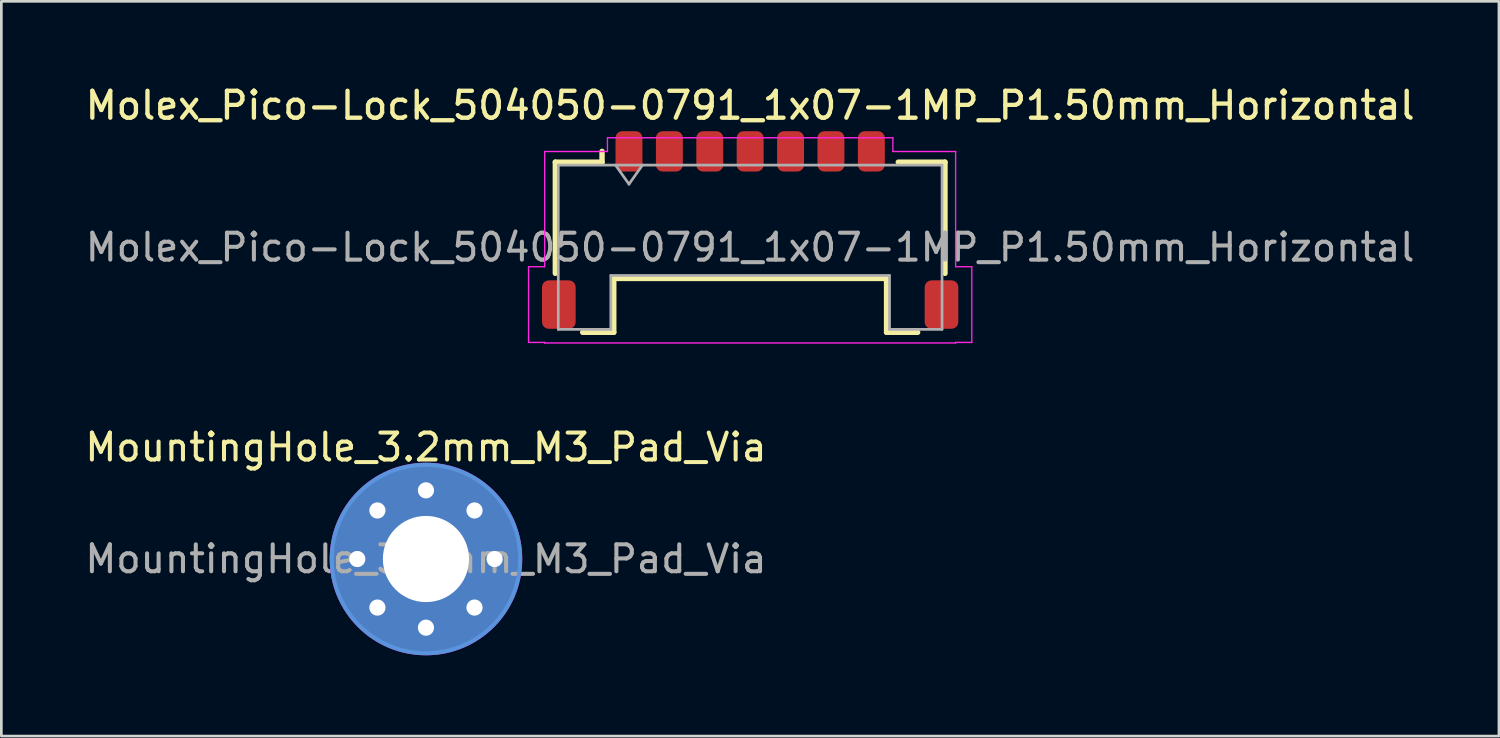
<source format=kicad_pcb>
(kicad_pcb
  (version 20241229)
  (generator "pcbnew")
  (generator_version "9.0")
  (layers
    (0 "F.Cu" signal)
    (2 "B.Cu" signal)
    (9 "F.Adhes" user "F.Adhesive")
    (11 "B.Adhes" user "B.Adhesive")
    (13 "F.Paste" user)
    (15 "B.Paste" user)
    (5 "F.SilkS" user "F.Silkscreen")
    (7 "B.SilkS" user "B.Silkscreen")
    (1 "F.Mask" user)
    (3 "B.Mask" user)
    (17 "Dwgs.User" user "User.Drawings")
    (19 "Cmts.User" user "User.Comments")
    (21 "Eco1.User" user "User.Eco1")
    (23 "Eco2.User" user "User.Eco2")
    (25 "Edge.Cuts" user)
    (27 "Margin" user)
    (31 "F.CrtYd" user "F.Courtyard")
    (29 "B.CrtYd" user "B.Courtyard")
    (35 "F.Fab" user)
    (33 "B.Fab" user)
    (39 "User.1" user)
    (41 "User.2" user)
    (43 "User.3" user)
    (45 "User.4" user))
  (footprint "Molex_Pico-Lock_504050-0791_1x07-1MP_P1.50mm_Horizontal"
    (layer "F.Cu")
    (at 24.807 5.866)
    (property "Reference" "Molex_Pico-Lock_504050-0791_1x07-1MP_P1.50mm_Horizontal" (at 0 -5 0) (layer "F.SilkS") (effects (font (size 1 1) (thickness 0.16))))
    (attr smd)
    (fp_line (start -7.235 -2.895) (end -5.5 -2.895) (stroke (width 0.2) (type solid)) (layer "F.SilkS"))
    (fp_line (start -7.235 1.235) (end -7.235 -2.895) (stroke (width 0.2) (type solid)) (layer "F.SilkS"))
    (fp_line (start -6.22 3.425) (end -5.065 3.425) (stroke (width 0.2) (type solid)) (layer "F.SilkS"))
    (fp_line (start -5.5 -2.895) (end -5.5 -3.295) (stroke (width 0.2) (type solid)) (layer "F.SilkS"))
    (fp_line (start -5.065 1.425) (end 5.065 1.425) (stroke (width 0.2) (type solid)) (layer "F.SilkS"))
    (fp_line (start -5.065 3.425) (end -5.065 1.425) (stroke (width 0.2) (type solid)) (layer "F.SilkS"))
    (fp_line (start 5.065 1.425) (end 5.065 3.425) (stroke (width 0.2) (type solid)) (layer "F.SilkS"))
    (fp_line (start 5.065 3.425) (end 6.22 3.425) (stroke (width 0.2) (type solid)) (layer "F.SilkS"))
    (fp_line (start 7.235 -2.895) (end 5.5 -2.895) (stroke (width 0.2) (type solid)) (layer "F.SilkS"))
    (fp_line (start 7.235 1.235) (end 7.235 -2.895) (stroke (width 0.2) (type solid)) (layer "F.SilkS"))
    (fp_line (start -8.23 0.99) (end -7.63 0.99) (stroke (width 0.05) (type solid)) (layer "F.CrtYd"))
    (fp_line (start -8.23 3.8) (end -8.23 0.99) (stroke (width 0.05) (type solid)) (layer "F.CrtYd"))
    (fp_line (start -7.63 -3.29) (end -5.3 -3.29) (stroke (width 0.05) (type solid)) (layer "F.CrtYd"))
    (fp_line (start -7.63 0.99) (end -7.63 -3.29) (stroke (width 0.05) (type solid)) (layer "F.CrtYd"))
    (fp_line (start -7.63 3.8) (end -8.23 3.8) (stroke (width 0.05) (type solid)) (layer "F.CrtYd"))
    (fp_line (start -7.63 3.82) (end -7.63 3.8) (stroke (width 0.05) (type solid)) (layer "F.CrtYd"))
    (fp_line (start -5.3 -3.8) (end 5.3 -3.8) (stroke (width 0.05) (type solid)) (layer "F.CrtYd"))
    (fp_line (start -5.3 -3.29) (end -5.3 -3.8) (stroke (width 0.05) (type solid)) (layer "F.CrtYd"))
    (fp_line (start 5.3 -3.8) (end 5.3 -3.29) (stroke (width 0.05) (type solid)) (layer "F.CrtYd"))
    (fp_line (start 5.3 -3.29) (end 7.63 -3.29) (stroke (width 0.05) (type solid)) (layer "F.CrtYd"))
    (fp_line (start 7.63 -3.29) (end 7.63 0.99) (stroke (width 0.05) (type solid)) (layer "F.CrtYd"))
    (fp_line (start 7.63 0.99) (end 8.23 0.99) (stroke (width 0.05) (type solid)) (layer "F.CrtYd"))
    (fp_line (start 7.63 3.8) (end 7.63 3.82) (stroke (width 0.05) (type solid)) (layer "F.CrtYd"))
    (fp_line (start 7.63 3.82) (end -7.63 3.82) (stroke (width 0.05) (type solid)) (layer "F.CrtYd"))
    (fp_line (start 8.23 0.99) (end 8.23 3.8) (stroke (width 0.05) (type solid)) (layer "F.CrtYd"))
    (fp_line (start 8.23 3.8) (end 7.63 3.8) (stroke (width 0.05) (type solid)) (layer "F.CrtYd"))
    (fp_line (start -7.125 -2.785) (end -7.125 3.315) (stroke (width 0.1) (type solid)) (layer "F.Fab"))
    (fp_line (start -7.125 -2.785) (end 7.125 -2.785) (stroke (width 0.1) (type solid)) (layer "F.Fab"))
    (fp_line (start -7.125 3.315) (end -5.175 3.315) (stroke (width 0.1) (type solid)) (layer "F.Fab"))
    (fp_line (start -5.175 1.315) (end 5.175 1.315) (stroke (width 0.1) (type solid)) (layer "F.Fab"))
    (fp_line (start -5.175 3.315) (end -5.175 1.315) (stroke (width 0.1) (type solid)) (layer "F.Fab"))
    (fp_line (start -5 -2.785) (end -4.5 -2.078) (stroke (width 0.1) (type solid)) (layer "F.Fab"))
    (fp_line (start -4.5 -2.078) (end -4 -2.785) (stroke (width 0.1) (type solid)) (layer "F.Fab"))
    (fp_line (start 5.175 1.315) (end 5.175 3.315) (stroke (width 0.1) (type solid)) (layer "F.Fab"))
    (fp_line (start 5.175 3.315) (end 7.125 3.315) (stroke (width 0.1) (type solid)) (layer "F.Fab"))
    (fp_line (start 7.125 -2.785) (end 7.125 3.315) (stroke (width 0.1) (type solid)) (layer "F.Fab"))
    (fp_text user "${REFERENCE}" (at 0 0.27 0) (layer "F.Fab") (effects (font (size 1 1) (thickness 0.15))))
    (pad "1" smd roundrect (at -4.5 -3.295) (size 1 1.5) (layers "F.Cu" "F.Mask" "F.Paste") (roundrect_rratio 0.25))
    (pad "2" smd roundrect (at -3 -3.295) (size 1 1.5) (layers "F.Cu" "F.Mask" "F.Paste") (roundrect_rratio 0.25))
    (pad "3" smd roundrect (at -1.5 -3.295) (size 1 1.5) (layers "F.Cu" "F.Mask" "F.Paste") (roundrect_rratio 0.25))
    (pad "4" smd roundrect (at 0 -3.295) (size 1 1.5) (layers "F.Cu" "F.Mask" "F.Paste") (roundrect_rratio 0.25))
    (pad "5" smd roundrect (at 1.5 -3.295) (size 1 1.5) (layers "F.Cu" "F.Mask" "F.Paste") (roundrect_rratio 0.25))
    (pad "6" smd roundrect (at 3 -3.295) (size 1 1.5) (layers "F.Cu" "F.Mask" "F.Paste") (roundrect_rratio 0.25))
    (pad "7" smd roundrect (at 4.5 -3.295) (size 1 1.5) (layers "F.Cu" "F.Mask" "F.Paste") (roundrect_rratio 0.25))
    (pad "MP" smd roundrect (at -7.105 2.395) (size 1.25 1.8) (layers "F.Cu" "F.Mask" "F.Paste") (roundrect_rratio 0.2))
    (pad "MP" smd roundrect (at 7.105 2.395) (size 1.25 1.8) (layers "F.Cu" "F.Mask" "F.Paste") (roundrect_rratio 0.2)))
  (footprint "MountingHole_3.2mm_M3_Pad_Via"
    (layer "F.Cu")
    (at 12.768 17.709)
    (property "Reference" "MountingHole_3.2mm_M3_Pad_Via" (at 0 -4.15 0) (layer "F.SilkS") (effects (font (size 1 1) (thickness 0.15))))
    (attr exclude_from_pos_files exclude_from_bom)
    (fp_circle (center 0 0) (end 3.5 0) (stroke (width 0.15) (type solid)) (fill no) (layer "Cmts.User"))
    (fp_circle (center 0 0) (end 3.55 0) (stroke (width 0.05) (type solid)) (fill no) (layer "F.CrtYd"))
    (fp_text user "${REFERENCE}" (at 0 0 0) (layer "F.Fab") (effects (font (size 1 1) (thickness 0.15))))
    (pad "1" thru_hole circle (at -2.55 0) (size 1 1) (drill 0.6) (layers "*.Cu" "*.Mask"))
    (pad "1" thru_hole circle (at -1.803 -1.803) (size 1 1) (drill 0.6) (layers "*.Cu" "*.Mask"))
    (pad "1" thru_hole circle (at -1.803 1.803) (size 1 1) (drill 0.6) (layers "*.Cu" "*.Mask"))
    (pad "1" thru_hole circle (at 0 -2.55) (size 1 1) (drill 0.6) (layers "*.Cu" "*.Mask"))
    (pad "1" thru_hole circle (at 0 0) (size 7 7) (drill 3.2) (layers "*.Cu" "*.Mask"))
    (pad "1" thru_hole circle (at 0 2.55) (size 1 1) (drill 0.6) (layers "*.Cu" "*.Mask"))
    (pad "1" thru_hole circle (at 1.803 -1.803) (size 1 1) (drill 0.6) (layers "*.Cu" "*.Mask"))
    (pad "1" thru_hole circle (at 1.803 1.803) (size 1 1) (drill 0.6) (layers "*.Cu" "*.Mask"))
    (pad "1" thru_hole circle (at 2.55 0) (size 1 1) (drill 0.6) (layers "*.Cu" "*.Mask")))
  (gr_rect
    (start -3 -3)
    (end 52.613 24.284)
    (stroke (width 0.1) (type default))
    (fill no)
    (layer "Edge.Cuts")))
</source>
